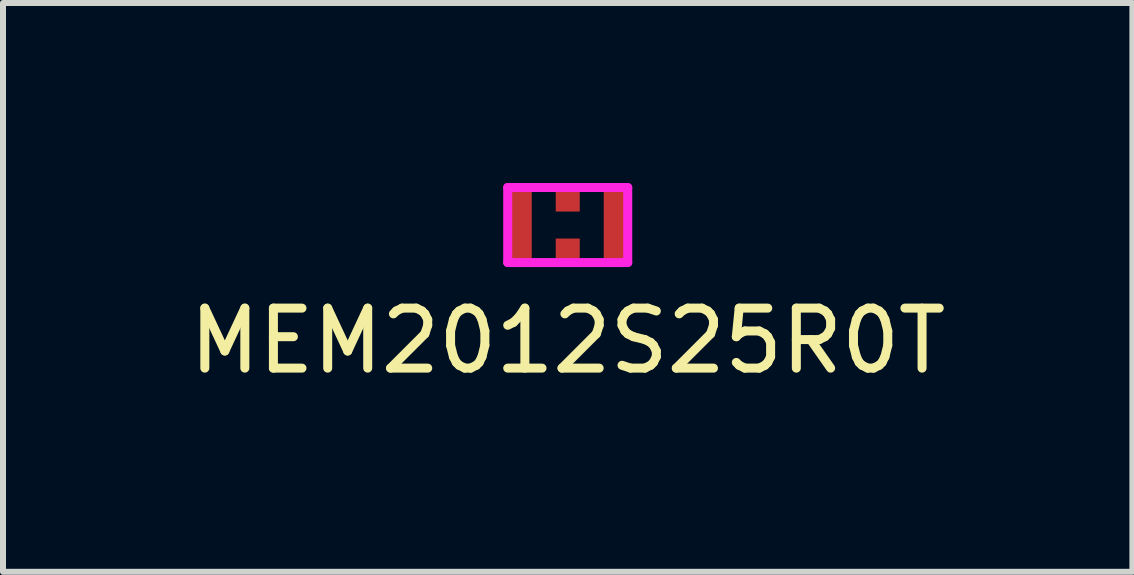
<source format=kicad_pcb>
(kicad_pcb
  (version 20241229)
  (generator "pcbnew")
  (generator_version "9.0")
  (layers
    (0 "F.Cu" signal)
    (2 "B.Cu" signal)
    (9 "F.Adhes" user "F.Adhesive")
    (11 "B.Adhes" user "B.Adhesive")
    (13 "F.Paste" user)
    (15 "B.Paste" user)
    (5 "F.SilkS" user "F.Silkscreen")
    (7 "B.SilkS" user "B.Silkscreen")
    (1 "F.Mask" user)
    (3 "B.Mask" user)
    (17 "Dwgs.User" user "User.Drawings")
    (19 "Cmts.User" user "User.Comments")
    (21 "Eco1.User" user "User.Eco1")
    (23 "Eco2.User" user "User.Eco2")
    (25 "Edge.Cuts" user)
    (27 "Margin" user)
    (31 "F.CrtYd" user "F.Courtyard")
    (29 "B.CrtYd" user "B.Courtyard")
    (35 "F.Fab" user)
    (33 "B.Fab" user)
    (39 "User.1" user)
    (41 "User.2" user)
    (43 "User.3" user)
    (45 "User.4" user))
  (footprint "MEM2012S25R0T"
    (layer "F.Cu")
    (at 6.411 0.7)
    (property "Reference" "MEM2012S25R0T" (at 0 1.93 0) (layer "F.SilkS") (effects (font (size 1 1) (thickness 0.15))))
    (attr through_hole)
    (fp_line (start -1 -0.625) (end 1 -0.625) (stroke (width 0.15) (type solid)) (layer "F.CrtYd"))
    (fp_line (start -1 0.625) (end -1 -0.625) (stroke (width 0.15) (type solid)) (layer "F.CrtYd"))
    (fp_line (start -1 0.625) (end 1 0.625) (stroke (width 0.15) (type solid)) (layer "F.CrtYd"))
    (fp_line (start 1 0.625) (end 1 -0.625) (stroke (width 0.15) (type solid)) (layer "F.CrtYd"))
    (pad "1" smd rect (at -0.8 0) (size 0.4 1.25) (layers "F.Cu" "F.Mask" "F.Paste"))
    (pad "2" smd rect (at 0 0.425) (size 0.4 0.4) (layers "F.Cu" "F.Mask" "F.Paste"))
    (pad "3" smd rect (at 0.8 0) (size 0.4 1.25) (layers "F.Cu" "F.Mask" "F.Paste"))
    (pad "4" smd rect (at 0 -0.425) (size 0.4 0.4) (layers "F.Cu" "F.Mask" "F.Paste")))
  (gr_rect
    (start -3 -3)
    (end 15.821 6.479)
    (stroke (width 0.1) (type default))
    (fill no)
    (layer "Edge.Cuts")))
</source>
